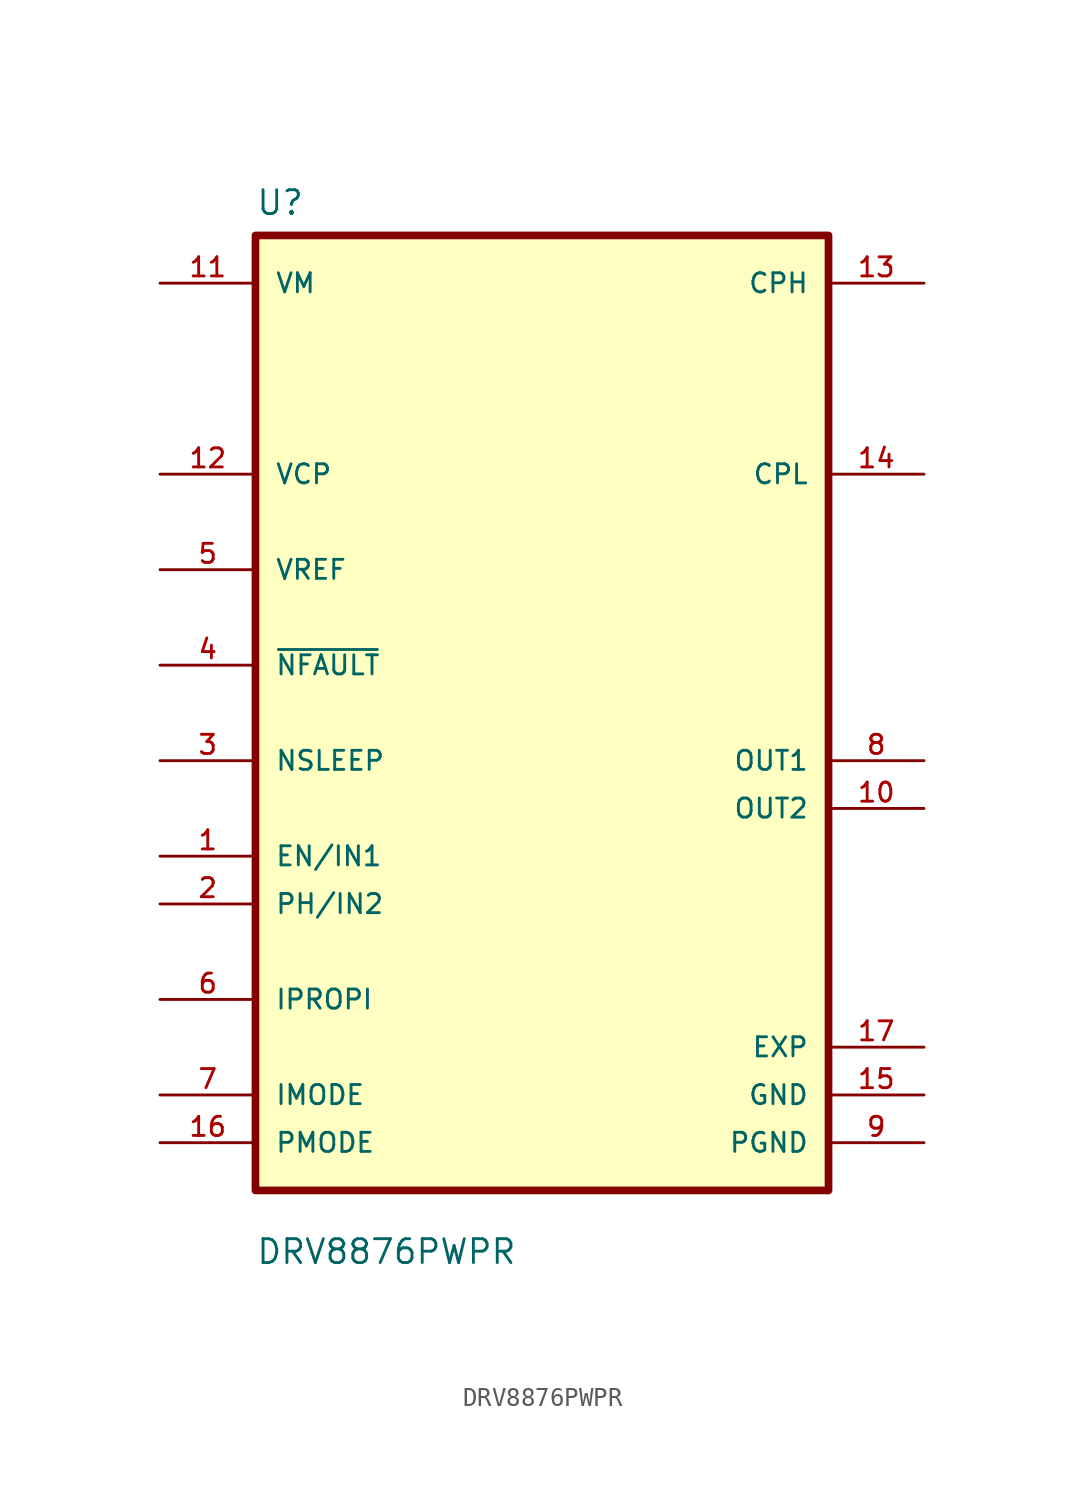
<source format=kicad_sym>
(kicad_symbol_lib
  (version 20231120)
  (generator "kicad_symbol_editor")
  (generator_version "8.0")
  (symbol "DRV8876PWPR"
    (pin_names
      (offset 1.016))
    (property "Reference" "U"
      (at -15.24 26.4 0)
      (effects (font (size 1.27 1.27)) (justify left bottom)))
    (property "Value" "DRV8876PWPR"
      (at -15.24 -29.4 0)
      (effects (font (size 1.27 1.27)) (justify left bottom)))
    (symbol "DRV8876PWPR_0_0"
      (rectangle (start -15.24 25.4) (end 15.24 -25.4) (stroke (width 0.41) (type default)) (fill (type background)))
      (pin input line (at -20.32 -7.62 0) (length 5.08) (name "EN/IN1" (effects (font (size 1.016 1.016)))) (number "1" (effects (font (size 1.016 1.016)))))
      (pin power_in line (at -20.32 22.86 0) (length 5.08) (name "VM" (effects (font (size 1.016 1.016)))) (number "11" (effects (font (size 1.016 1.016)))))
      (pin power_out line (at -20.32 12.7 0) (length 5.08) (name "VCP" (effects (font (size 1.016 1.016)))) (number "12" (effects (font (size 1.016 1.016)))))
      (pin power_out line (at 20.32 22.86 180) (length 5.08) (name "CPH" (effects (font (size 1.016 1.016)))) (number "13" (effects (font (size 1.016 1.016)))))
      (pin power_out line (at 20.32 12.7 180) (length 5.08) (name "CPL" (effects (font (size 1.016 1.016)))) (number "14" (effects (font (size 1.016 1.016)))))
      (pin power_in line (at 20.32 -20.32 180) (length 5.08) (name "GND" (effects (font (size 1.016 1.016)))) (number "15" (effects (font (size 1.016 1.016)))))
      (pin input line (at -20.32 -22.86 0) (length 5.08) (name "PMODE" (effects (font (size 1.016 1.016)))) (number "16" (effects (font (size 1.016 1.016)))))
      (pin passive line (at 20.32 -17.78 180) (length 5.08) (name "EXP" (effects (font (size 1.016 1.016)))) (number "17" (effects (font (size 1.016 1.016)))))
      (pin input line (at -20.32 -10.16 0) (length 5.08) (name "PH/IN2" (effects (font (size 1.016 1.016)))) (number "2" (effects (font (size 1.016 1.016)))))
      (pin input line (at -20.32 -2.54 0) (length 5.08) (name "NSLEEP" (effects (font (size 1.016 1.016)))) (number "3" (effects (font (size 1.016 1.016)))))
      (pin output line (at -20.32 2.54 0) (length 5.08) (name "~{NFAULT}" (effects (font (size 1.016 1.016)))) (number "4" (effects (font (size 1.016 1.016)))))
      (pin input line (at -20.32 7.62 0) (length 5.08) (name "VREF" (effects (font (size 1.016 1.016)))) (number "5" (effects (font (size 1.016 1.016)))))
      (pin output line (at -20.32 -15.24 0) (length 5.08) (name "IPROPI" (effects (font (size 1.016 1.016)))) (number "6" (effects (font (size 1.016 1.016)))))
      (pin input line (at -20.32 -20.32 0) (length 5.08) (name "IMODE" (effects (font (size 1.016 1.016)))) (number "7" (effects (font (size 1.016 1.016)))))
      (pin power_in line (at 20.32 -22.86 180) (length 5.08) (name "PGND" (effects (font (size 1.016 1.016)))) (number "9" (effects (font (size 1.016 1.016))))))
    (symbol "DRV8876PWPR_1_0"
      (pin power_out line (at 20.32 -5.08 180) (length 5.08) (name "OUT2" (effects (font (size 1.016 1.016)))) (number "10" (effects (font (size 1.016 1.016)))))
      (pin power_out line (at 20.32 -2.54 180) (length 5.08) (name "OUT1" (effects (font (size 1.016 1.016)))) (number "8" (effects (font (size 1.016 1.016))))))))
</source>
